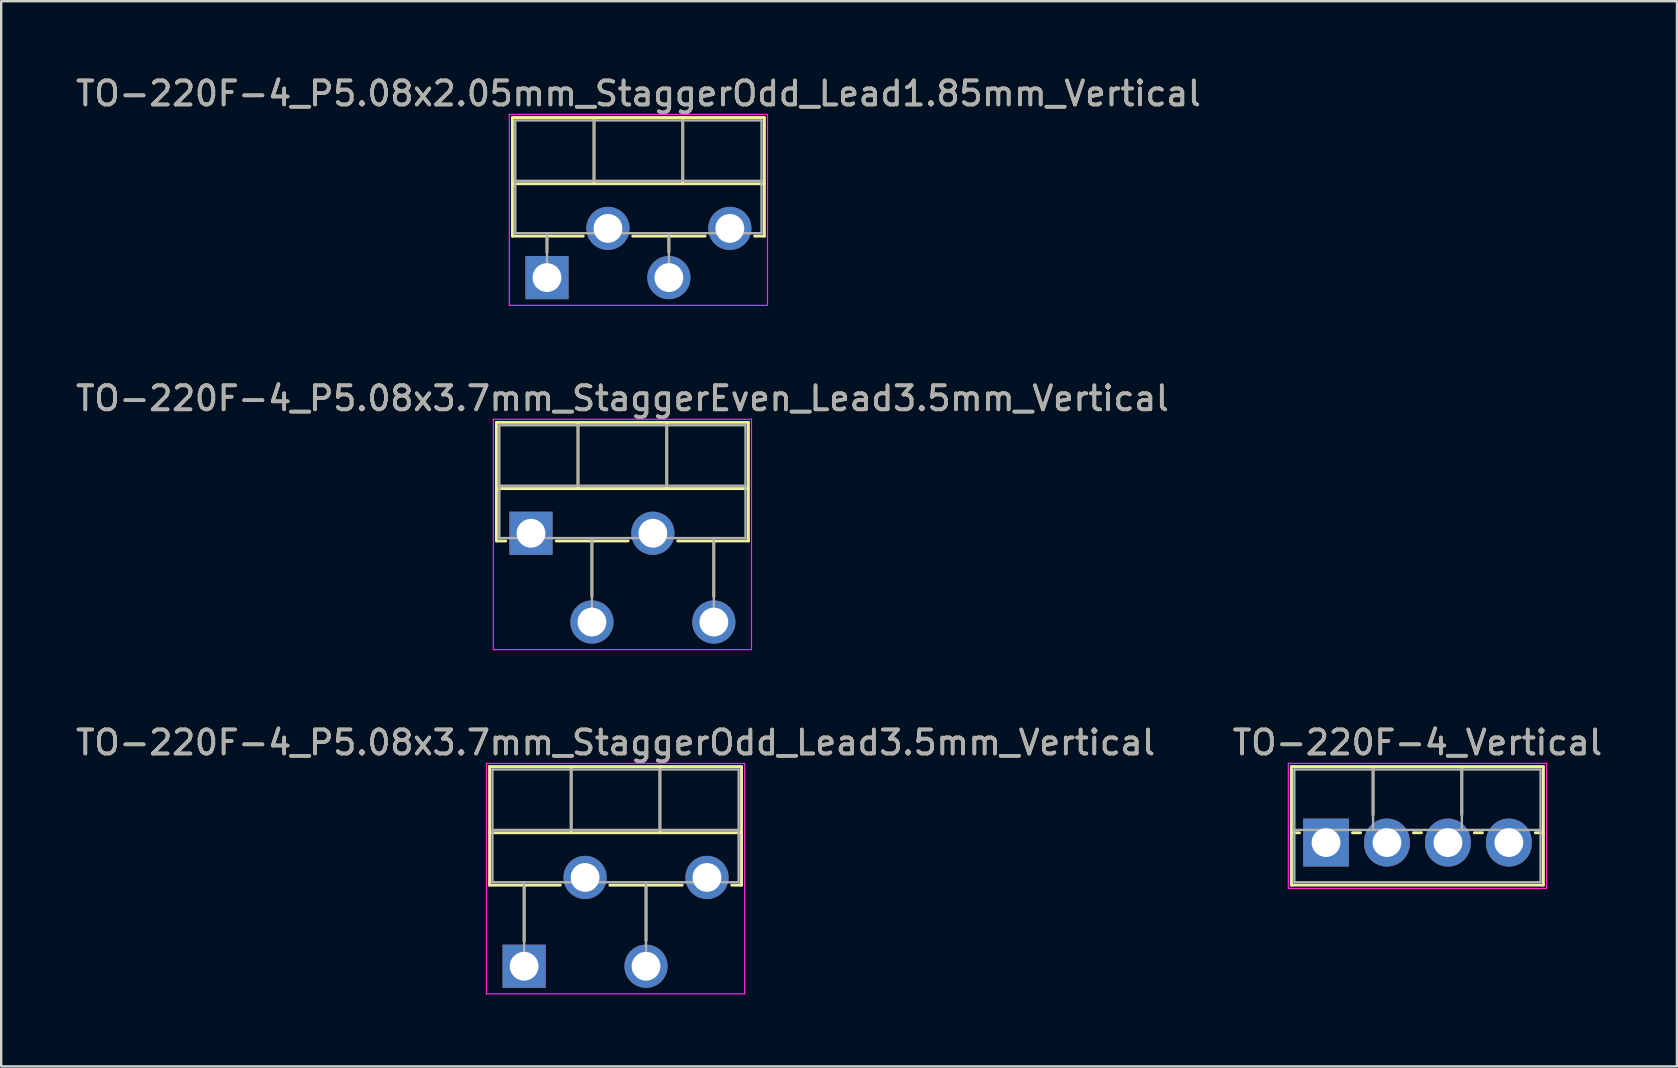
<source format=kicad_pcb>
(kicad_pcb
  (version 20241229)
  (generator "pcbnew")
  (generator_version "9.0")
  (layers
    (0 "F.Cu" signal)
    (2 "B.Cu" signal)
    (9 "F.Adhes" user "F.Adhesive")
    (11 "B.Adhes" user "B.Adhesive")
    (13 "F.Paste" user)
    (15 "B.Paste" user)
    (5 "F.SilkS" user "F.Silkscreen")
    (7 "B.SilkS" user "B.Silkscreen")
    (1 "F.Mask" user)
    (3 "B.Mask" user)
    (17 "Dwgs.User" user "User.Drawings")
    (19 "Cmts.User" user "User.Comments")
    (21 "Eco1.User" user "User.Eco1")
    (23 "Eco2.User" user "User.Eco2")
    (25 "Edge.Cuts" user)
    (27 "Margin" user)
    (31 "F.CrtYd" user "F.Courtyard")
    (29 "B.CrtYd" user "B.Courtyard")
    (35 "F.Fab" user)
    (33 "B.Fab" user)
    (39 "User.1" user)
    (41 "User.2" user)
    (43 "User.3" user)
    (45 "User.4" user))
  (footprint "TO-220F-4_P5.08x3.7mm_StaggerOdd_Lead3.5mm_Vertical"
    (layer "F.Cu")
    (at 18.791 37.215)
    (property "Reference" "TO-220F-4_P5.08x3.7mm_StaggerOdd_Lead3.5mm_Vertical" (at 3.81 -9.32 0) (layer "F.SilkS") (effects (font (size 1 1) (thickness 0.15))))
    (attr through_hole)
    (fp_line (start -1.44 -8.32) (end -1.44 -3.379) (stroke (width 0.12) (type solid)) (layer "F.SilkS"))
    (fp_line (start -1.44 -8.32) (end 9.06 -8.32) (stroke (width 0.12) (type solid)) (layer "F.SilkS"))
    (fp_line (start -1.44 -5.561) (end 9.06 -5.561) (stroke (width 0.12) (type solid)) (layer "F.SilkS"))
    (fp_line (start -1.44 -3.379) (end 1.509 -3.379) (stroke (width 0.12) (type solid)) (layer "F.SilkS"))
    (fp_line (start 0 -3.379) (end 0 -1.049) (stroke (width 0.12) (type solid)) (layer "F.SilkS"))
    (fp_line (start 1.96 -8.32) (end 1.96 -5.561) (stroke (width 0.12) (type solid)) (layer "F.SilkS"))
    (fp_line (start 3.572 -3.379) (end 6.589 -3.379) (stroke (width 0.12) (type solid)) (layer "F.SilkS"))
    (fp_line (start 5.08 -3.379) (end 5.08 -1.065) (stroke (width 0.12) (type solid)) (layer "F.SilkS"))
    (fp_line (start 5.66 -8.32) (end 5.66 -5.561) (stroke (width 0.12) (type solid)) (layer "F.SilkS"))
    (fp_line (start 8.652 -3.379) (end 9.06 -3.379) (stroke (width 0.12) (type solid)) (layer "F.SilkS"))
    (fp_line (start 9.06 -8.32) (end 9.06 -3.379) (stroke (width 0.12) (type solid)) (layer "F.SilkS"))
    (fp_line (start -1.57 -8.45) (end -1.57 1.15) (stroke (width 0.05) (type solid)) (layer "F.CrtYd"))
    (fp_line (start -1.57 1.15) (end 9.19 1.15) (stroke (width 0.05) (type solid)) (layer "F.CrtYd"))
    (fp_line (start 9.19 -8.45) (end -1.57 -8.45) (stroke (width 0.05) (type solid)) (layer "F.CrtYd"))
    (fp_line (start 9.19 1.15) (end 9.19 -8.45) (stroke (width 0.05) (type solid)) (layer "F.CrtYd"))
    (fp_line (start -1.32 -8.2) (end -1.32 -3.5) (stroke (width 0.1) (type solid)) (layer "F.Fab"))
    (fp_line (start -1.32 -5.68) (end 8.94 -5.68) (stroke (width 0.1) (type solid)) (layer "F.Fab"))
    (fp_line (start -1.32 -3.5) (end 8.94 -3.5) (stroke (width 0.1) (type solid)) (layer "F.Fab"))
    (fp_line (start 0 -3.5) (end 0 0) (stroke (width 0.1) (type solid)) (layer "F.Fab"))
    (fp_line (start 1.96 -8.2) (end 1.96 -5.68) (stroke (width 0.1) (type solid)) (layer "F.Fab"))
    (fp_line (start 5.08 -3.5) (end 5.08 0) (stroke (width 0.1) (type solid)) (layer "F.Fab"))
    (fp_line (start 5.66 -8.2) (end 5.66 -5.68) (stroke (width 0.1) (type solid)) (layer "F.Fab"))
    (fp_line (start 8.94 -8.2) (end -1.32 -8.2) (stroke (width 0.1) (type solid)) (layer "F.Fab"))
    (fp_line (start 8.94 -3.5) (end 8.94 -8.2) (stroke (width 0.1) (type solid)) (layer "F.Fab"))
    (fp_text user "${REFERENCE}" (at 3.81 -9.32 0) (layer "F.Fab") (effects (font (size 1 1) (thickness 0.15))))
    (pad "1" thru_hole rect (at 0 0) (size 1.8 1.8) (drill 1.2) (layers "*.Cu" "*.Mask"))
    (pad "2" thru_hole oval (at 2.54 -3.7) (size 1.8 1.8) (drill 1.2) (layers "*.Cu" "*.Mask"))
    (pad "3" thru_hole oval (at 5.08 0) (size 1.8 1.8) (drill 1.2) (layers "*.Cu" "*.Mask"))
    (pad "4" thru_hole oval (at 7.62 -3.7) (size 1.8 1.8) (drill 1.2) (layers "*.Cu" "*.Mask")))
  (footprint "TO-220F-4_P5.08x3.7mm_StaggerEven_Lead3.5mm_Vertical"
    (layer "F.Cu")
    (at 19.077 19.172)
    (property "Reference" "TO-220F-4_P5.08x3.7mm_StaggerEven_Lead3.5mm_Vertical" (at 3.81 -5.62 0) (layer "F.SilkS") (effects (font (size 1 1) (thickness 0.15))))
    (attr through_hole)
    (fp_line (start -1.44 -4.62) (end -1.44 0.321) (stroke (width 0.12) (type solid)) (layer "F.SilkS"))
    (fp_line (start -1.44 -4.62) (end 9.06 -4.62) (stroke (width 0.12) (type solid)) (layer "F.SilkS"))
    (fp_line (start -1.44 -1.861) (end 9.06 -1.861) (stroke (width 0.12) (type solid)) (layer "F.SilkS"))
    (fp_line (start -1.44 0.321) (end -1.05 0.321) (stroke (width 0.12) (type solid)) (layer "F.SilkS"))
    (fp_line (start 1.05 0.321) (end 4.049 0.321) (stroke (width 0.12) (type solid)) (layer "F.SilkS"))
    (fp_line (start 1.96 -4.62) (end 1.96 -1.861) (stroke (width 0.12) (type solid)) (layer "F.SilkS"))
    (fp_line (start 2.54 0.321) (end 2.54 2.635) (stroke (width 0.12) (type solid)) (layer "F.SilkS"))
    (fp_line (start 5.66 -4.62) (end 5.66 -1.861) (stroke (width 0.12) (type solid)) (layer "F.SilkS"))
    (fp_line (start 6.112 0.321) (end 9.06 0.321) (stroke (width 0.12) (type solid)) (layer "F.SilkS"))
    (fp_line (start 7.62 0.321) (end 7.62 2.635) (stroke (width 0.12) (type solid)) (layer "F.SilkS"))
    (fp_line (start 9.06 -4.62) (end 9.06 0.321) (stroke (width 0.12) (type solid)) (layer "F.SilkS"))
    (fp_line (start -1.57 -4.75) (end -1.57 4.85) (stroke (width 0.05) (type solid)) (layer "F.CrtYd"))
    (fp_line (start -1.57 4.85) (end 9.19 4.85) (stroke (width 0.05) (type solid)) (layer "F.CrtYd"))
    (fp_line (start 9.19 -4.75) (end -1.57 -4.75) (stroke (width 0.05) (type solid)) (layer "F.CrtYd"))
    (fp_line (start 9.19 4.85) (end 9.19 -4.75) (stroke (width 0.05) (type solid)) (layer "F.CrtYd"))
    (fp_line (start -1.32 -4.5) (end -1.32 0.2) (stroke (width 0.1) (type solid)) (layer "F.Fab"))
    (fp_line (start -1.32 -1.98) (end 8.94 -1.98) (stroke (width 0.1) (type solid)) (layer "F.Fab"))
    (fp_line (start -1.32 0.2) (end 8.94 0.2) (stroke (width 0.1) (type solid)) (layer "F.Fab"))
    (fp_line (start 1.96 -4.5) (end 1.96 -1.98) (stroke (width 0.1) (type solid)) (layer "F.Fab"))
    (fp_line (start 2.54 0.2) (end 2.54 3.7) (stroke (width 0.1) (type solid)) (layer "F.Fab"))
    (fp_line (start 5.66 -4.5) (end 5.66 -1.98) (stroke (width 0.1) (type solid)) (layer "F.Fab"))
    (fp_line (start 7.62 0.2) (end 7.62 3.7) (stroke (width 0.1) (type solid)) (layer "F.Fab"))
    (fp_line (start 8.94 -4.5) (end -1.32 -4.5) (stroke (width 0.1) (type solid)) (layer "F.Fab"))
    (fp_line (start 8.94 0.2) (end 8.94 -4.5) (stroke (width 0.1) (type solid)) (layer "F.Fab"))
    (fp_text user "${REFERENCE}" (at 3.81 -5.62 0) (layer "F.Fab") (effects (font (size 1 1) (thickness 0.15))))
    (pad "1" thru_hole rect (at 0 0) (size 1.8 1.8) (drill 1.2) (layers "*.Cu" "*.Mask"))
    (pad "2" thru_hole oval (at 2.54 3.7) (size 1.8 1.8) (drill 1.2) (layers "*.Cu" "*.Mask"))
    (pad "3" thru_hole oval (at 5.08 0) (size 1.8 1.8) (drill 1.2) (layers "*.Cu" "*.Mask"))
    (pad "4" thru_hole oval (at 7.62 3.7) (size 1.8 1.8) (drill 1.2) (layers "*.Cu" "*.Mask")))
  (footprint "TO-220F-4_Vertical"
    (layer "F.Cu")
    (at 52.208 32.062)
    (property "Reference" "TO-220F-4_Vertical" (at 3.81 -4.168 0) (layer "F.SilkS") (effects (font (size 1 1) (thickness 0.15))))
    (attr through_hole)
    (fp_line (start -1.44 -3.168) (end -1.44 1.773) (stroke (width 0.12) (type solid)) (layer "F.SilkS"))
    (fp_line (start -1.44 -3.168) (end 9.06 -3.168) (stroke (width 0.12) (type solid)) (layer "F.SilkS"))
    (fp_line (start -1.44 -0.408) (end -1.103 -0.408) (stroke (width 0.12) (type solid)) (layer "F.SilkS"))
    (fp_line (start -1.44 1.773) (end 9.06 1.773) (stroke (width 0.12) (type solid)) (layer "F.SilkS"))
    (fp_line (start 1.103 -0.408) (end 1.438 -0.408) (stroke (width 0.12) (type solid)) (layer "F.SilkS"))
    (fp_line (start 1.96 -3.168) (end 1.96 -1.15) (stroke (width 0.12) (type solid)) (layer "F.SilkS"))
    (fp_line (start 3.643 -0.408) (end 3.978 -0.408) (stroke (width 0.12) (type solid)) (layer "F.SilkS"))
    (fp_line (start 5.66 -3.168) (end 5.66 -1.15) (stroke (width 0.12) (type solid)) (layer "F.SilkS"))
    (fp_line (start 6.183 -0.408) (end 6.518 -0.408) (stroke (width 0.12) (type solid)) (layer "F.SilkS"))
    (fp_line (start 8.723 -0.408) (end 9.06 -0.408) (stroke (width 0.12) (type solid)) (layer "F.SilkS"))
    (fp_line (start 9.06 -3.168) (end 9.06 1.773) (stroke (width 0.12) (type solid)) (layer "F.SilkS"))
    (fp_line (start -1.57 -3.3) (end -1.57 1.91) (stroke (width 0.05) (type solid)) (layer "F.CrtYd"))
    (fp_line (start -1.57 1.91) (end 9.19 1.91) (stroke (width 0.05) (type solid)) (layer "F.CrtYd"))
    (fp_line (start 9.19 -3.3) (end -1.57 -3.3) (stroke (width 0.05) (type solid)) (layer "F.CrtYd"))
    (fp_line (start 9.19 1.91) (end 9.19 -3.3) (stroke (width 0.05) (type solid)) (layer "F.CrtYd"))
    (fp_line (start -1.32 -3.047) (end -1.32 1.653) (stroke (width 0.1) (type solid)) (layer "F.Fab"))
    (fp_line (start -1.32 -0.527) (end 8.94 -0.527) (stroke (width 0.1) (type solid)) (layer "F.Fab"))
    (fp_line (start -1.32 1.653) (end 8.94 1.653) (stroke (width 0.1) (type solid)) (layer "F.Fab"))
    (fp_line (start 1.96 -3.047) (end 1.96 -0.527) (stroke (width 0.1) (type solid)) (layer "F.Fab"))
    (fp_line (start 5.66 -3.047) (end 5.66 -0.527) (stroke (width 0.1) (type solid)) (layer "F.Fab"))
    (fp_line (start 8.94 -3.047) (end -1.32 -3.047) (stroke (width 0.1) (type solid)) (layer "F.Fab"))
    (fp_line (start 8.94 1.653) (end 8.94 -3.047) (stroke (width 0.1) (type solid)) (layer "F.Fab"))
    (fp_text user "${REFERENCE}" (at 3.81 -4.168 0) (layer "F.Fab") (effects (font (size 1 1) (thickness 0.15))))
    (pad "1" thru_hole rect (at 0 0) (size 1.905 2) (drill 1.2) (layers "*.Cu" "*.Mask"))
    (pad "2" thru_hole oval (at 2.54 0) (size 1.905 2) (drill 1.2) (layers "*.Cu" "*.Mask"))
    (pad "3" thru_hole oval (at 5.08 0) (size 1.905 2) (drill 1.2) (layers "*.Cu" "*.Mask"))
    (pad "4" thru_hole oval (at 7.62 0) (size 1.905 2) (drill 1.2) (layers "*.Cu" "*.Mask")))
  (footprint "TO-220F-4_P5.08x2.05mm_StaggerOdd_Lead1.85mm_Vertical"
    (layer "F.Cu")
    (at 19.744 8.518)
    (property "Reference" "TO-220F-4_P5.08x2.05mm_StaggerOdd_Lead1.85mm_Vertical" (at 3.81 -7.67 0) (layer "F.SilkS") (effects (font (size 1 1) (thickness 0.15))))
    (attr through_hole)
    (fp_line (start -1.44 -6.67) (end -1.44 -1.729) (stroke (width 0.12) (type solid)) (layer "F.SilkS"))
    (fp_line (start -1.44 -6.67) (end 9.06 -6.67) (stroke (width 0.12) (type solid)) (layer "F.SilkS"))
    (fp_line (start -1.44 -3.911) (end 9.06 -3.911) (stroke (width 0.12) (type solid)) (layer "F.SilkS"))
    (fp_line (start -1.44 -1.729) (end 1.509 -1.729) (stroke (width 0.12) (type solid)) (layer "F.SilkS"))
    (fp_line (start 0 -1.729) (end 0 -1.05) (stroke (width 0.12) (type solid)) (layer "F.SilkS"))
    (fp_line (start 1.96 -6.67) (end 1.96 -3.911) (stroke (width 0.12) (type solid)) (layer "F.SilkS"))
    (fp_line (start 3.572 -1.729) (end 6.589 -1.729) (stroke (width 0.12) (type solid)) (layer "F.SilkS"))
    (fp_line (start 5.08 -1.729) (end 5.08 -1.065) (stroke (width 0.12) (type solid)) (layer "F.SilkS"))
    (fp_line (start 5.66 -6.67) (end 5.66 -3.911) (stroke (width 0.12) (type solid)) (layer "F.SilkS"))
    (fp_line (start 8.652 -1.729) (end 9.06 -1.729) (stroke (width 0.12) (type solid)) (layer "F.SilkS"))
    (fp_line (start 9.06 -6.67) (end 9.06 -1.729) (stroke (width 0.12) (type solid)) (layer "F.SilkS"))
    (fp_line (start -1.57 -6.8) (end -1.57 1.16) (stroke (width 0.05) (type solid)) (layer "F.CrtYd"))
    (fp_line (start -1.57 1.16) (end 9.19 1.16) (stroke (width 0.05) (type solid)) (layer "F.CrtYd"))
    (fp_line (start 9.19 -6.8) (end -1.57 -6.8) (stroke (width 0.05) (type solid)) (layer "F.CrtYd"))
    (fp_line (start 9.19 1.16) (end 9.19 -6.8) (stroke (width 0.05) (type solid)) (layer "F.CrtYd"))
    (fp_line (start -1.32 -6.55) (end -1.32 -1.85) (stroke (width 0.1) (type solid)) (layer "F.Fab"))
    (fp_line (start -1.32 -4.03) (end 8.94 -4.03) (stroke (width 0.1) (type solid)) (layer "F.Fab"))
    (fp_line (start -1.32 -1.85) (end 8.94 -1.85) (stroke (width 0.1) (type solid)) (layer "F.Fab"))
    (fp_line (start 0 -1.85) (end 0 0) (stroke (width 0.1) (type solid)) (layer "F.Fab"))
    (fp_line (start 1.96 -6.55) (end 1.96 -4.03) (stroke (width 0.1) (type solid)) (layer "F.Fab"))
    (fp_line (start 5.08 -1.85) (end 5.08 0) (stroke (width 0.1) (type solid)) (layer "F.Fab"))
    (fp_line (start 5.66 -6.55) (end 5.66 -4.03) (stroke (width 0.1) (type solid)) (layer "F.Fab"))
    (fp_line (start 8.94 -6.55) (end -1.32 -6.55) (stroke (width 0.1) (type solid)) (layer "F.Fab"))
    (fp_line (start 8.94 -1.85) (end 8.94 -6.55) (stroke (width 0.1) (type solid)) (layer "F.Fab"))
    (fp_text user "${REFERENCE}" (at 3.81 -7.67 0) (layer "F.Fab") (effects (font (size 1 1) (thickness 0.15))))
    (pad "1" thru_hole rect (at 0 0) (size 1.8 1.8) (drill 1.2) (layers "*.Cu" "*.Mask"))
    (pad "2" thru_hole oval (at 2.54 -2.05) (size 1.8 1.8) (drill 1.2) (layers "*.Cu" "*.Mask"))
    (pad "3" thru_hole oval (at 5.08 0) (size 1.8 1.8) (drill 1.2) (layers "*.Cu" "*.Mask"))
    (pad "4" thru_hole oval (at 7.62 -2.05) (size 1.8 1.8) (drill 1.2) (layers "*.Cu" "*.Mask")))
  (gr_rect
    (start -3 -3)
    (end 66.833 41.39)
    (stroke (width 0.1) (type default))
    (fill no)
    (layer "Edge.Cuts")))
</source>
